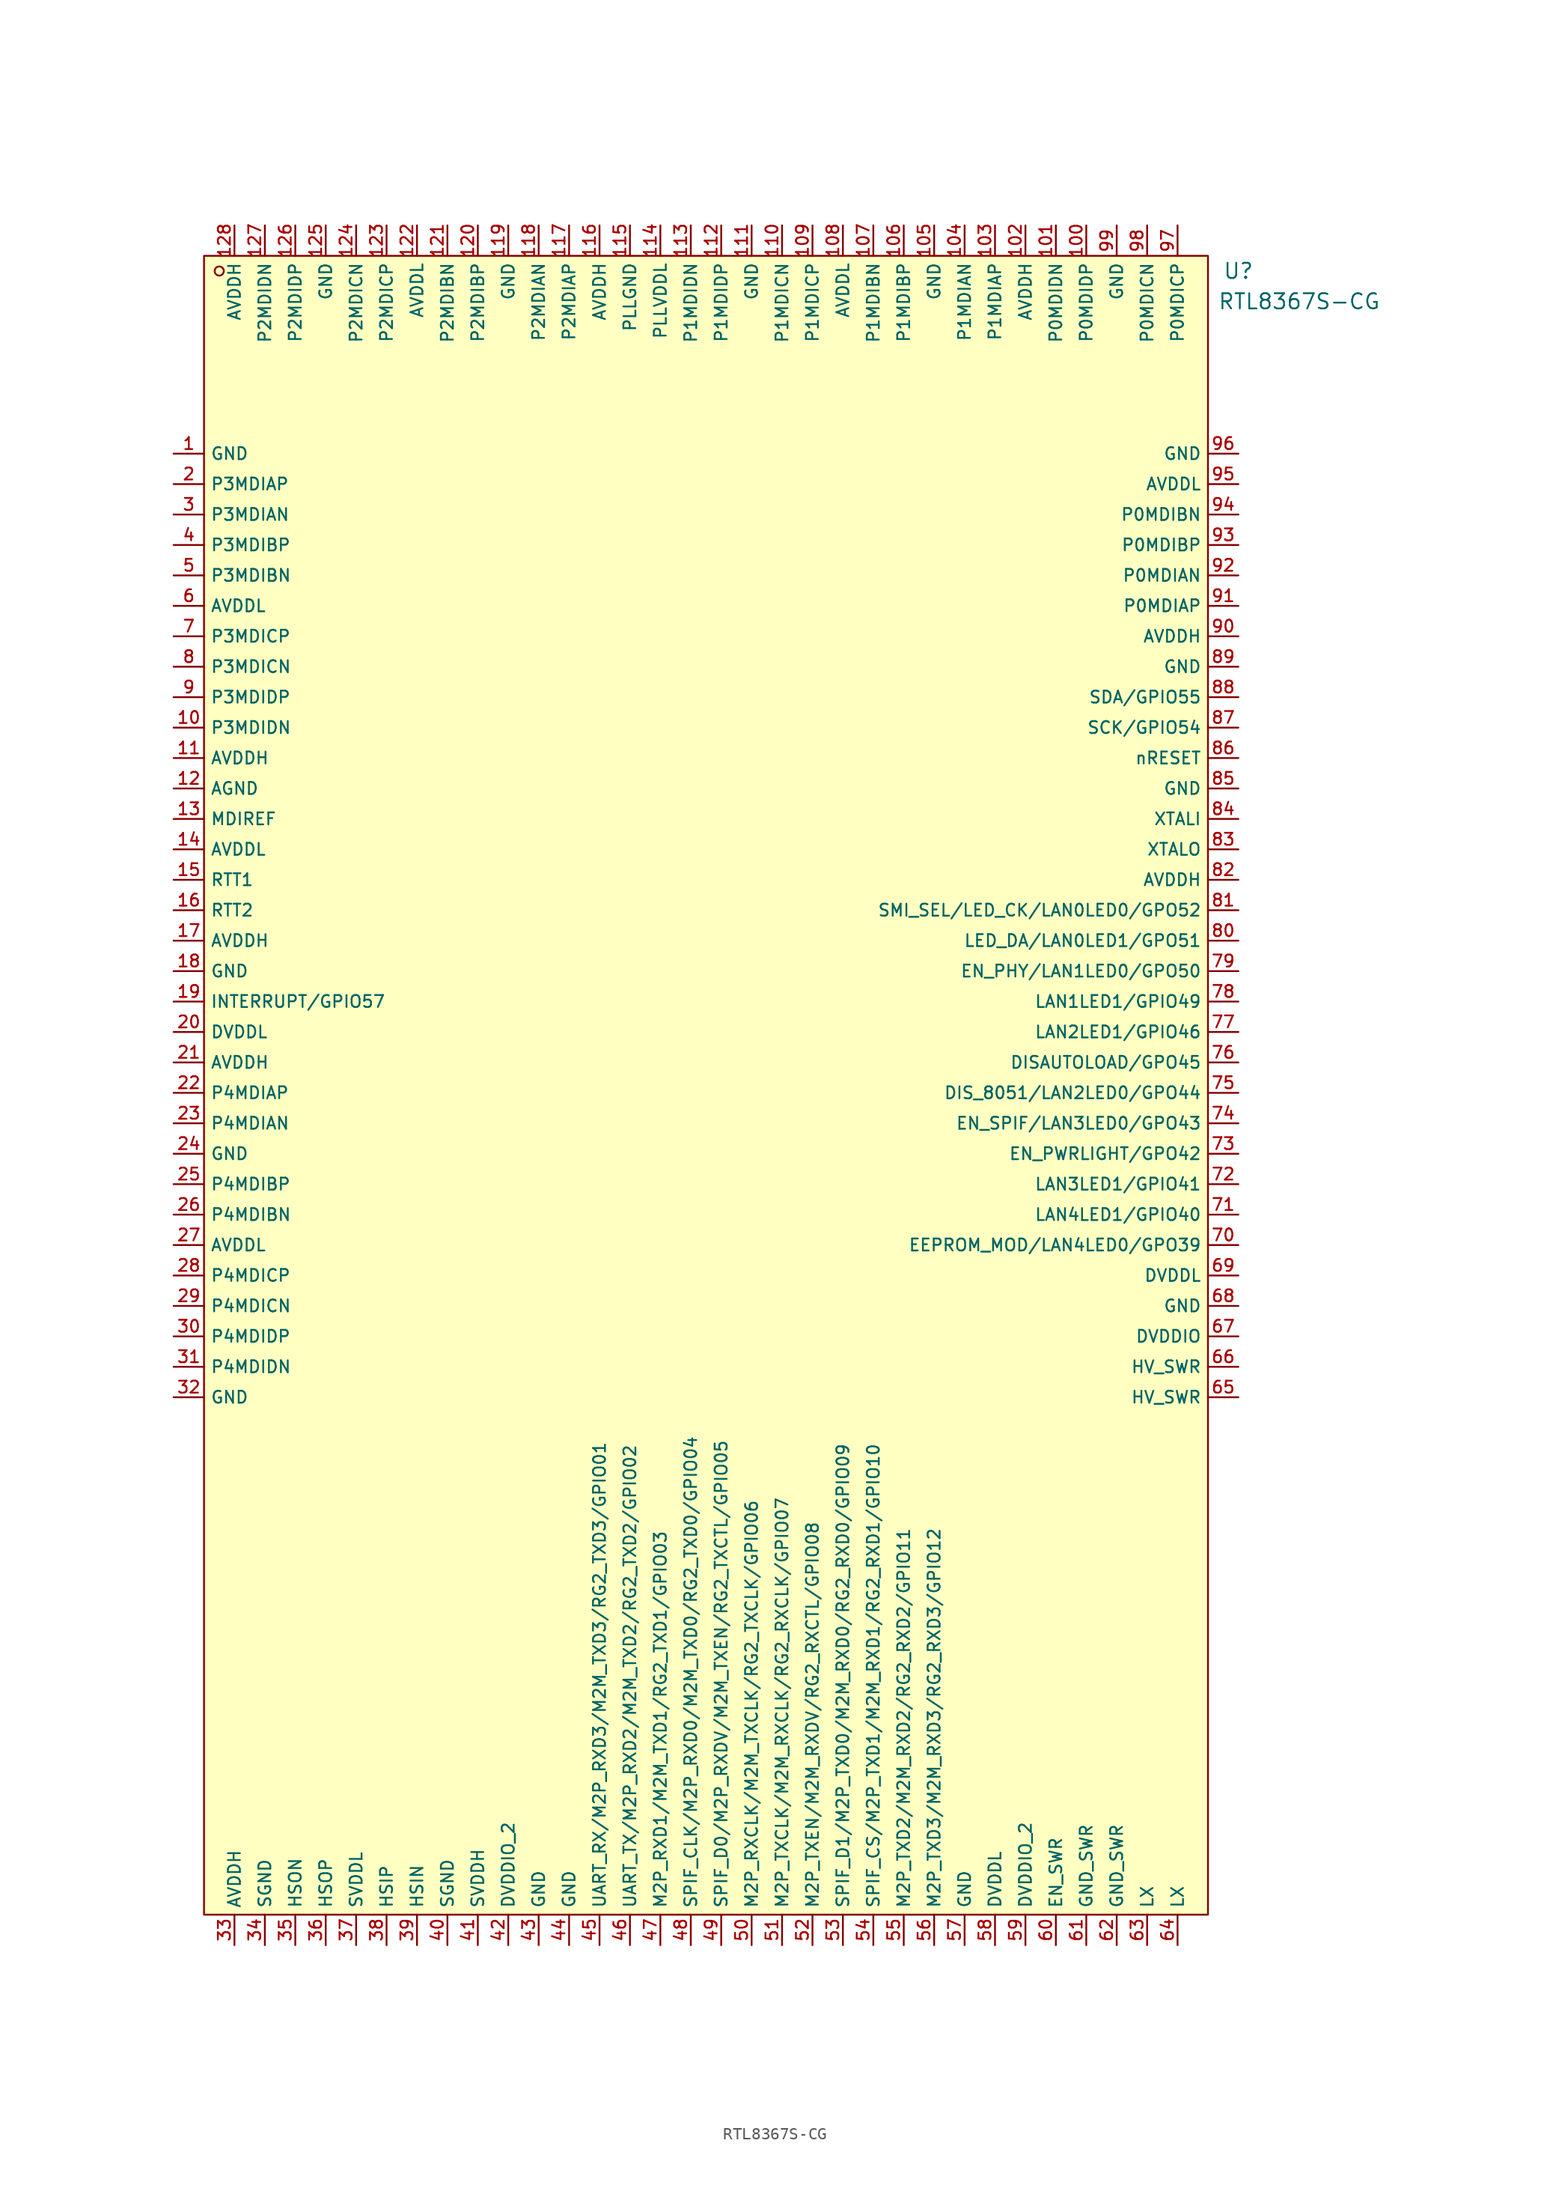
<source format=kicad_sym>
(kicad_symbol_lib
  (version 20241209)
  (generator "kicad_symbol_editor")
  (generator_version "9.0")
  (symbol "RTL8367S-CG"
    (property "Reference" "U"
      (at 44.45 68.58 0)
      (effects (font (size 1.27 1.27))))
    (property "Value" "RTL8367S-CG"
      (at 49.53 66.04 0)
      (effects (font (size 1.27 1.27))))
    (symbol "RTL8367S-CG_0_1"
      (rectangle (start -41.91 69.85) (end 41.91 -68.58) (stroke (width 0) (type default)) (fill (type background)))
      (circle (center -40.64 68.58) (radius 0.381) (stroke (width 0) (type default)) (fill (type background)))
      (pin unspecified line (at -44.45 53.34 0) (length 2.54) (name "GND" (effects (font (size 1 1)))) (number "1" (effects (font (size 1 1)))))
      (pin unspecified line (at -44.45 50.8 0) (length 2.54) (name "P3MDIAP" (effects (font (size 1 1)))) (number "2" (effects (font (size 1 1)))))
      (pin unspecified line (at -44.45 48.26 0) (length 2.54) (name "P3MDIAN" (effects (font (size 1 1)))) (number "3" (effects (font (size 1 1)))))
      (pin unspecified line (at -44.45 45.72 0) (length 2.54) (name "P3MDIBP" (effects (font (size 1 1)))) (number "4" (effects (font (size 1 1)))))
      (pin unspecified line (at -44.45 43.18 0) (length 2.54) (name "P3MDIBN" (effects (font (size 1 1)))) (number "5" (effects (font (size 1 1)))))
      (pin unspecified line (at -44.45 40.64 0) (length 2.54) (name "AVDDL" (effects (font (size 1 1)))) (number "6" (effects (font (size 1 1)))))
      (pin unspecified line (at -44.45 38.1 0) (length 2.54) (name "P3MDICP" (effects (font (size 1 1)))) (number "7" (effects (font (size 1 1)))))
      (pin unspecified line (at -44.45 35.56 0) (length 2.54) (name "P3MDICN" (effects (font (size 1 1)))) (number "8" (effects (font (size 1 1)))))
      (pin unspecified line (at -44.45 33.02 0) (length 2.54) (name "P3MDIDP" (effects (font (size 1 1)))) (number "9" (effects (font (size 1 1)))))
      (pin unspecified line (at -44.45 30.48 0) (length 2.54) (name "P3MDIDN" (effects (font (size 1 1)))) (number "10" (effects (font (size 1 1)))))
      (pin unspecified line (at -44.45 27.94 0) (length 2.54) (name "AVDDH" (effects (font (size 1 1)))) (number "11" (effects (font (size 1 1)))))
      (pin unspecified line (at -44.45 25.4 0) (length 2.54) (name "AGND" (effects (font (size 1 1)))) (number "12" (effects (font (size 1 1)))))
      (pin unspecified line (at -44.45 22.86 0) (length 2.54) (name "MDIREF" (effects (font (size 1 1)))) (number "13" (effects (font (size 1 1)))))
      (pin unspecified line (at -44.45 20.32 0) (length 2.54) (name "AVDDL" (effects (font (size 1 1)))) (number "14" (effects (font (size 1 1)))))
      (pin unspecified line (at -44.45 17.78 0) (length 2.54) (name "RTT1" (effects (font (size 1 1)))) (number "15" (effects (font (size 1 1)))))
      (pin unspecified line (at -44.45 15.24 0) (length 2.54) (name "RTT2" (effects (font (size 1 1)))) (number "16" (effects (font (size 1 1)))))
      (pin unspecified line (at -44.45 12.7 0) (length 2.54) (name "AVDDH" (effects (font (size 1 1)))) (number "17" (effects (font (size 1 1)))))
      (pin unspecified line (at -44.45 10.16 0) (length 2.54) (name "GND" (effects (font (size 1 1)))) (number "18" (effects (font (size 1 1)))))
      (pin unspecified line (at -44.45 7.62 0) (length 2.54) (name "INTERRUPT/GPIO57" (effects (font (size 1 1)))) (number "19" (effects (font (size 1 1)))))
      (pin unspecified line (at -44.45 5.08 0) (length 2.54) (name "DVDDL" (effects (font (size 1 1)))) (number "20" (effects (font (size 1 1)))))
      (pin unspecified line (at -44.45 2.54 0) (length 2.54) (name "AVDDH" (effects (font (size 1 1)))) (number "21" (effects (font (size 1 1)))))
      (pin unspecified line (at -44.45 0 0) (length 2.54) (name "P4MDIAP" (effects (font (size 1 1)))) (number "22" (effects (font (size 1 1)))))
      (pin unspecified line (at -44.45 -2.54 0) (length 2.54) (name "P4MDIAN" (effects (font (size 1 1)))) (number "23" (effects (font (size 1 1)))))
      (pin unspecified line (at -44.45 -5.08 0) (length 2.54) (name "GND" (effects (font (size 1 1)))) (number "24" (effects (font (size 1 1)))))
      (pin unspecified line (at -44.45 -7.62 0) (length 2.54) (name "P4MDIBP" (effects (font (size 1 1)))) (number "25" (effects (font (size 1 1)))))
      (pin unspecified line (at -44.45 -10.16 0) (length 2.54) (name "P4MDIBN" (effects (font (size 1 1)))) (number "26" (effects (font (size 1 1)))))
      (pin unspecified line (at -44.45 -12.7 0) (length 2.54) (name "AVDDL" (effects (font (size 1 1)))) (number "27" (effects (font (size 1 1)))))
      (pin unspecified line (at -44.45 -15.24 0) (length 2.54) (name "P4MDICP" (effects (font (size 1 1)))) (number "28" (effects (font (size 1 1)))))
      (pin unspecified line (at -44.45 -17.78 0) (length 2.54) (name "P4MDICN" (effects (font (size 1 1)))) (number "29" (effects (font (size 1 1)))))
      (pin unspecified line (at -44.45 -20.32 0) (length 2.54) (name "P4MDIDP" (effects (font (size 1 1)))) (number "30" (effects (font (size 1 1)))))
      (pin unspecified line (at -44.45 -22.86 0) (length 2.54) (name "P4MDIDN" (effects (font (size 1 1)))) (number "31" (effects (font (size 1 1)))))
      (pin unspecified line (at -44.45 -25.4 0) (length 2.54) (name "GND" (effects (font (size 1 1)))) (number "32" (effects (font (size 1 1)))))
      (pin unspecified line (at -39.37 72.39 270) (length 2.54) (name "AVDDH" (effects (font (size 1 1)))) (number "128" (effects (font (size 1 1)))))
      (pin unspecified line (at -39.37 -71.12 90) (length 2.54) (name "AVDDH" (effects (font (size 1 1)))) (number "33" (effects (font (size 1 1)))))
      (pin unspecified line (at -36.83 72.39 270) (length 2.54) (name "P2MDIDN" (effects (font (size 1 1)))) (number "127" (effects (font (size 1 1)))))
      (pin unspecified line (at -36.83 -71.12 90) (length 2.54) (name "SGND" (effects (font (size 1 1)))) (number "34" (effects (font (size 1 1)))))
      (pin unspecified line (at -34.29 72.39 270) (length 2.54) (name "P2MDIDP" (effects (font (size 1 1)))) (number "126" (effects (font (size 1 1)))))
      (pin unspecified line (at -34.29 -71.12 90) (length 2.54) (name "HSON" (effects (font (size 1 1)))) (number "35" (effects (font (size 1 1)))))
      (pin unspecified line (at -31.75 72.39 270) (length 2.54) (name "GND" (effects (font (size 1 1)))) (number "125" (effects (font (size 1 1)))))
      (pin unspecified line (at -31.75 -71.12 90) (length 2.54) (name "HSOP" (effects (font (size 1 1)))) (number "36" (effects (font (size 1 1)))))
      (pin unspecified line (at -29.21 72.39 270) (length 2.54) (name "P2MDICN" (effects (font (size 1 1)))) (number "124" (effects (font (size 1 1)))))
      (pin unspecified line (at -29.21 -71.12 90) (length 2.54) (name "SVDDL" (effects (font (size 1 1)))) (number "37" (effects (font (size 1 1)))))
      (pin unspecified line (at -26.67 72.39 270) (length 2.54) (name "P2MDICP" (effects (font (size 1 1)))) (number "123" (effects (font (size 1 1)))))
      (pin unspecified line (at -26.67 -71.12 90) (length 2.54) (name "HSIP" (effects (font (size 1 1)))) (number "38" (effects (font (size 1 1)))))
      (pin unspecified line (at -24.13 72.39 270) (length 2.54) (name "AVDDL" (effects (font (size 1 1)))) (number "122" (effects (font (size 1 1)))))
      (pin unspecified line (at -24.13 -71.12 90) (length 2.54) (name "HSIN" (effects (font (size 1 1)))) (number "39" (effects (font (size 1 1)))))
      (pin unspecified line (at -21.59 72.39 270) (length 2.54) (name "P2MDIBN" (effects (font (size 1 1)))) (number "121" (effects (font (size 1 1)))))
      (pin unspecified line (at -21.59 -71.12 90) (length 2.54) (name "SGND" (effects (font (size 1 1)))) (number "40" (effects (font (size 1 1)))))
      (pin unspecified line (at -19.05 72.39 270) (length 2.54) (name "P2MDIBP" (effects (font (size 1 1)))) (number "120" (effects (font (size 1 1)))))
      (pin unspecified line (at -19.05 -71.12 90) (length 2.54) (name "SVDDH" (effects (font (size 1 1)))) (number "41" (effects (font (size 1 1)))))
      (pin unspecified line (at -16.51 72.39 270) (length 2.54) (name "GND" (effects (font (size 1 1)))) (number "119" (effects (font (size 1 1)))))
      (pin unspecified line (at -16.51 -71.12 90) (length 2.54) (name "DVDDIO_2" (effects (font (size 1 1)))) (number "42" (effects (font (size 1 1)))))
      (pin unspecified line (at -13.97 72.39 270) (length 2.54) (name "P2MDIAN" (effects (font (size 1 1)))) (number "118" (effects (font (size 1 1)))))
      (pin unspecified line (at -13.97 -71.12 90) (length 2.54) (name "GND" (effects (font (size 1 1)))) (number "43" (effects (font (size 1 1)))))
      (pin unspecified line (at -11.43 72.39 270) (length 2.54) (name "P2MDIAP" (effects (font (size 1 1)))) (number "117" (effects (font (size 1 1)))))
      (pin unspecified line (at -11.43 -71.12 90) (length 2.54) (name "GND" (effects (font (size 1 1)))) (number "44" (effects (font (size 1 1)))))
      (pin unspecified line (at -8.89 72.39 270) (length 2.54) (name "AVDDH" (effects (font (size 1 1)))) (number "116" (effects (font (size 1 1)))))
      (pin unspecified line (at -8.89 -71.12 90) (length 2.54) (name "UART_RX/M2P_RXD3/M2M_TXD3/RG2_TXD3/GPIO01" (effects (font (size 1 1)))) (number "45" (effects (font (size 1 1)))))
      (pin unspecified line (at -6.35 72.39 270) (length 2.54) (name "PLLGND" (effects (font (size 1 1)))) (number "115" (effects (font (size 1 1)))))
      (pin unspecified line (at -6.35 -71.12 90) (length 2.54) (name "UART_TX/M2P_RXD2/M2M_TXD2/RG2_TXD2/GPIO02" (effects (font (size 1 1)))) (number "46" (effects (font (size 1 1)))))
      (pin unspecified line (at -3.81 72.39 270) (length 2.54) (name "PLLVDDL" (effects (font (size 1 1)))) (number "114" (effects (font (size 1 1)))))
      (pin unspecified line (at -3.81 -71.12 90) (length 2.54) (name "M2P_RXD1/M2M_TXD1/RG2_TXD1/GPIO03" (effects (font (size 1 1)))) (number "47" (effects (font (size 1 1)))))
      (pin unspecified line (at -1.27 72.39 270) (length 2.54) (name "P1MDIDN" (effects (font (size 1 1)))) (number "113" (effects (font (size 1 1)))))
      (pin unspecified line (at -1.27 -71.12 90) (length 2.54) (name "SPIF_CLK/M2P_RXD0/M2M_TXD0/RG2_TXD0/GPIO04" (effects (font (size 1 1)))) (number "48" (effects (font (size 1 1)))))
      (pin unspecified line (at 1.27 72.39 270) (length 2.54) (name "P1MDIDP" (effects (font (size 1 1)))) (number "112" (effects (font (size 1 1)))))
      (pin unspecified line (at 1.27 -71.12 90) (length 2.54) (name "SPIF_D0/M2P_RXDV/M2M_TXEN/RG2_TXCTL/GPIO05" (effects (font (size 1 1)))) (number "49" (effects (font (size 1 1)))))
      (pin unspecified line (at 3.81 72.39 270) (length 2.54) (name "GND" (effects (font (size 1 1)))) (number "111" (effects (font (size 1 1)))))
      (pin unspecified line (at 3.81 -71.12 90) (length 2.54) (name "M2P_RXCLK/M2M_TXCLK/RG2_TXCLK/GPIO06" (effects (font (size 1 1)))) (number "50" (effects (font (size 1 1)))))
      (pin unspecified line (at 6.35 72.39 270) (length 2.54) (name "P1MDICN" (effects (font (size 1 1)))) (number "110" (effects (font (size 1 1)))))
      (pin unspecified line (at 6.35 -71.12 90) (length 2.54) (name "M2P_TXCLK/M2M_RXCLK/RG2_RXCLK/GPIO07" (effects (font (size 1 1)))) (number "51" (effects (font (size 1 1)))))
      (pin unspecified line (at 8.89 72.39 270) (length 2.54) (name "P1MDICP" (effects (font (size 1 1)))) (number "109" (effects (font (size 1 1)))))
      (pin unspecified line (at 8.89 -71.12 90) (length 2.54) (name "M2P_TXEN/M2M_RXDV/RG2_RXCTL/GPIO08" (effects (font (size 1 1)))) (number "52" (effects (font (size 1 1)))))
      (pin unspecified line (at 11.43 72.39 270) (length 2.54) (name "AVDDL" (effects (font (size 1 1)))) (number "108" (effects (font (size 1 1)))))
      (pin unspecified line (at 11.43 -71.12 90) (length 2.54) (name "SPIF_D1/M2P_TXD0/M2M_RXD0/RG2_RXD0/GPIO09" (effects (font (size 1 1)))) (number "53" (effects (font (size 1 1)))))
      (pin unspecified line (at 13.97 72.39 270) (length 2.54) (name "P1MDIBN" (effects (font (size 1 1)))) (number "107" (effects (font (size 1 1)))))
      (pin unspecified line (at 13.97 -71.12 90) (length 2.54) (name "SPIF_CS/M2P_TXD1/M2M_RXD1/RG2_RXD1/GPIO10" (effects (font (size 1 1)))) (number "54" (effects (font (size 1 1)))))
      (pin unspecified line (at 16.51 72.39 270) (length 2.54) (name "P1MDIBP" (effects (font (size 1 1)))) (number "106" (effects (font (size 1 1)))))
      (pin unspecified line (at 16.51 -71.12 90) (length 2.54) (name "M2P_TXD2/M2M_RXD2/RG2_RXD2/GPIO11" (effects (font (size 1 1)))) (number "55" (effects (font (size 1 1)))))
      (pin unspecified line (at 19.05 72.39 270) (length 2.54) (name "GND" (effects (font (size 1 1)))) (number "105" (effects (font (size 1 1)))))
      (pin unspecified line (at 19.05 -71.12 90) (length 2.54) (name "M2P_TXD3/M2M_RXD3/RG2_RXD3/GPIO12" (effects (font (size 1 1)))) (number "56" (effects (font (size 1 1)))))
      (pin unspecified line (at 21.59 72.39 270) (length 2.54) (name "P1MDIAN" (effects (font (size 1 1)))) (number "104" (effects (font (size 1 1)))))
      (pin unspecified line (at 21.59 -71.12 90) (length 2.54) (name "GND" (effects (font (size 1 1)))) (number "57" (effects (font (size 1 1)))))
      (pin unspecified line (at 24.13 72.39 270) (length 2.54) (name "P1MDIAP" (effects (font (size 1 1)))) (number "103" (effects (font (size 1 1)))))
      (pin unspecified line (at 24.13 -71.12 90) (length 2.54) (name "DVDDL" (effects (font (size 1 1)))) (number "58" (effects (font (size 1 1)))))
      (pin unspecified line (at 26.67 72.39 270) (length 2.54) (name "AVDDH" (effects (font (size 1 1)))) (number "102" (effects (font (size 1 1)))))
      (pin unspecified line (at 26.67 -71.12 90) (length 2.54) (name "DVDDIO_2" (effects (font (size 1 1)))) (number "59" (effects (font (size 1 1)))))
      (pin unspecified line (at 29.21 72.39 270) (length 2.54) (name "P0MDIDN" (effects (font (size 1 1)))) (number "101" (effects (font (size 1 1)))))
      (pin unspecified line (at 29.21 -71.12 90) (length 2.54) (name "EN_SWR" (effects (font (size 1 1)))) (number "60" (effects (font (size 1 1)))))
      (pin unspecified line (at 31.75 72.39 270) (length 2.54) (name "P0MDIDP" (effects (font (size 1 1)))) (number "100" (effects (font (size 1 1)))))
      (pin unspecified line (at 31.75 -71.12 90) (length 2.54) (name "GND_SWR" (effects (font (size 1 1)))) (number "61" (effects (font (size 1 1)))))
      (pin unspecified line (at 34.29 72.39 270) (length 2.54) (name "GND" (effects (font (size 1 1)))) (number "99" (effects (font (size 1 1)))))
      (pin unspecified line (at 34.29 -71.12 90) (length 2.54) (name "GND_SWR" (effects (font (size 1 1)))) (number "62" (effects (font (size 1 1)))))
      (pin unspecified line (at 36.83 72.39 270) (length 2.54) (name "P0MDICN" (effects (font (size 1 1)))) (number "98" (effects (font (size 1 1)))))
      (pin unspecified line (at 36.83 -71.12 90) (length 2.54) (name "LX" (effects (font (size 1 1)))) (number "63" (effects (font (size 1 1)))))
      (pin unspecified line (at 39.37 72.39 270) (length 2.54) (name "P0MDICP" (effects (font (size 1 1)))) (number "97" (effects (font (size 1 1)))))
      (pin unspecified line (at 39.37 -71.12 90) (length 2.54) (name "LX" (effects (font (size 1 1)))) (number "64" (effects (font (size 1 1)))))
      (pin unspecified line (at 44.45 53.34 180) (length 2.54) (name "GND" (effects (font (size 1 1)))) (number "96" (effects (font (size 1 1)))))
      (pin unspecified line (at 44.45 50.8 180) (length 2.54) (name "AVDDL" (effects (font (size 1 1)))) (number "95" (effects (font (size 1 1)))))
      (pin unspecified line (at 44.45 48.26 180) (length 2.54) (name "P0MDIBN" (effects (font (size 1 1)))) (number "94" (effects (font (size 1 1)))))
      (pin unspecified line (at 44.45 45.72 180) (length 2.54) (name "P0MDIBP" (effects (font (size 1 1)))) (number "93" (effects (font (size 1 1)))))
      (pin unspecified line (at 44.45 43.18 180) (length 2.54) (name "P0MDIAN" (effects (font (size 1 1)))) (number "92" (effects (font (size 1 1)))))
      (pin unspecified line (at 44.45 40.64 180) (length 2.54) (name "P0MDIAP" (effects (font (size 1 1)))) (number "91" (effects (font (size 1 1)))))
      (pin unspecified line (at 44.45 38.1 180) (length 2.54) (name "AVDDH" (effects (font (size 1 1)))) (number "90" (effects (font (size 1 1)))))
      (pin unspecified line (at 44.45 35.56 180) (length 2.54) (name "GND" (effects (font (size 1 1)))) (number "89" (effects (font (size 1 1)))))
      (pin unspecified line (at 44.45 33.02 180) (length 2.54) (name "SDA/GPIO55" (effects (font (size 1 1)))) (number "88" (effects (font (size 1 1)))))
      (pin unspecified line (at 44.45 30.48 180) (length 2.54) (name "SCK/GPIO54" (effects (font (size 1 1)))) (number "87" (effects (font (size 1 1)))))
      (pin unspecified line (at 44.45 27.94 180) (length 2.54) (name "nRESET" (effects (font (size 1 1)))) (number "86" (effects (font (size 1 1)))))
      (pin unspecified line (at 44.45 25.4 180) (length 2.54) (name "GND" (effects (font (size 1 1)))) (number "85" (effects (font (size 1 1)))))
      (pin unspecified line (at 44.45 22.86 180) (length 2.54) (name "XTALI" (effects (font (size 1 1)))) (number "84" (effects (font (size 1 1)))))
      (pin unspecified line (at 44.45 20.32 180) (length 2.54) (name "XTALO" (effects (font (size 1 1)))) (number "83" (effects (font (size 1 1)))))
      (pin unspecified line (at 44.45 17.78 180) (length 2.54) (name "AVDDH" (effects (font (size 1 1)))) (number "82" (effects (font (size 1 1)))))
      (pin unspecified line (at 44.45 15.24 180) (length 2.54) (name "SMI_SEL/LED_CK/LAN0LED0/GPO52" (effects (font (size 1 1)))) (number "81" (effects (font (size 1 1)))))
      (pin unspecified line (at 44.45 12.7 180) (length 2.54) (name "LED_DA/LAN0LED1/GPO51" (effects (font (size 1 1)))) (number "80" (effects (font (size 1 1)))))
      (pin unspecified line (at 44.45 10.16 180) (length 2.54) (name "EN_PHY/LAN1LED0/GPO50" (effects (font (size 1 1)))) (number "79" (effects (font (size 1 1)))))
      (pin unspecified line (at 44.45 7.62 180) (length 2.54) (name "LAN1LED1/GPIO49" (effects (font (size 1 1)))) (number "78" (effects (font (size 1 1)))))
      (pin unspecified line (at 44.45 5.08 180) (length 2.54) (name "LAN2LED1/GPIO46" (effects (font (size 1 1)))) (number "77" (effects (font (size 1 1)))))
      (pin unspecified line (at 44.45 2.54 180) (length 2.54) (name "DISAUTOLOAD/GPO45" (effects (font (size 1 1)))) (number "76" (effects (font (size 1 1)))))
      (pin unspecified line (at 44.45 0 180) (length 2.54) (name "DIS_8051/LAN2LED0/GPO44" (effects (font (size 1 1)))) (number "75" (effects (font (size 1 1)))))
      (pin unspecified line (at 44.45 -2.54 180) (length 2.54) (name "EN_SPIF/LAN3LED0/GPO43" (effects (font (size 1 1)))) (number "74" (effects (font (size 1 1)))))
      (pin unspecified line (at 44.45 -5.08 180) (length 2.54) (name "EN_PWRLIGHT/GPO42" (effects (font (size 1 1)))) (number "73" (effects (font (size 1 1)))))
      (pin unspecified line (at 44.45 -7.62 180) (length 2.54) (name "LAN3LED1/GPIO41" (effects (font (size 1 1)))) (number "72" (effects (font (size 1 1)))))
      (pin unspecified line (at 44.45 -10.16 180) (length 2.54) (name "LAN4LED1/GPIO40" (effects (font (size 1 1)))) (number "71" (effects (font (size 1 1)))))
      (pin unspecified line (at 44.45 -12.7 180) (length 2.54) (name "EEPROM_MOD/LAN4LED0/GPO39" (effects (font (size 1 1)))) (number "70" (effects (font (size 1 1)))))
      (pin unspecified line (at 44.45 -15.24 180) (length 2.54) (name "DVDDL" (effects (font (size 1 1)))) (number "69" (effects (font (size 1 1)))))
      (pin unspecified line (at 44.45 -17.78 180) (length 2.54) (name "GND" (effects (font (size 1 1)))) (number "68" (effects (font (size 1 1)))))
      (pin unspecified line (at 44.45 -20.32 180) (length 2.54) (name "DVDDIO" (effects (font (size 1 1)))) (number "67" (effects (font (size 1 1)))))
      (pin unspecified line (at 44.45 -22.86 180) (length 2.54) (name "HV_SWR" (effects (font (size 1 1)))) (number "66" (effects (font (size 1 1)))))
      (pin unspecified line (at 44.45 -25.4 180) (length 2.54) (name "HV_SWR" (effects (font (size 1 1)))) (number "65" (effects (font (size 1 1))))))))
</source>
